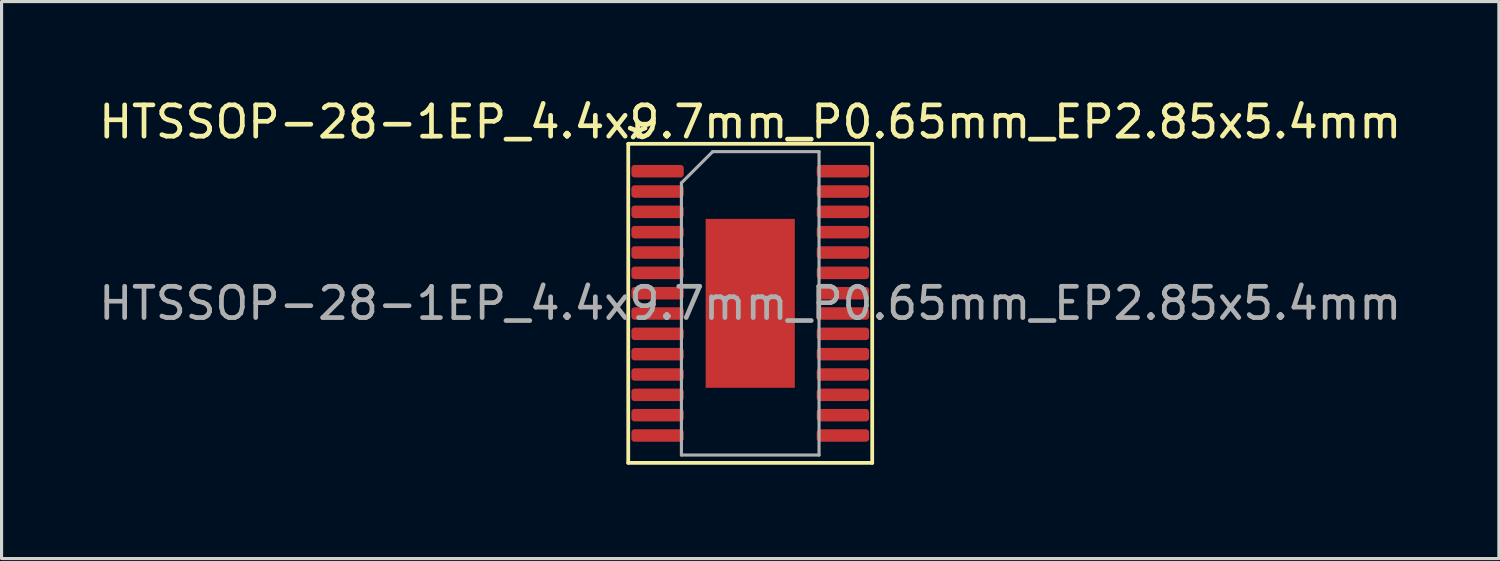
<source format=kicad_pcb>
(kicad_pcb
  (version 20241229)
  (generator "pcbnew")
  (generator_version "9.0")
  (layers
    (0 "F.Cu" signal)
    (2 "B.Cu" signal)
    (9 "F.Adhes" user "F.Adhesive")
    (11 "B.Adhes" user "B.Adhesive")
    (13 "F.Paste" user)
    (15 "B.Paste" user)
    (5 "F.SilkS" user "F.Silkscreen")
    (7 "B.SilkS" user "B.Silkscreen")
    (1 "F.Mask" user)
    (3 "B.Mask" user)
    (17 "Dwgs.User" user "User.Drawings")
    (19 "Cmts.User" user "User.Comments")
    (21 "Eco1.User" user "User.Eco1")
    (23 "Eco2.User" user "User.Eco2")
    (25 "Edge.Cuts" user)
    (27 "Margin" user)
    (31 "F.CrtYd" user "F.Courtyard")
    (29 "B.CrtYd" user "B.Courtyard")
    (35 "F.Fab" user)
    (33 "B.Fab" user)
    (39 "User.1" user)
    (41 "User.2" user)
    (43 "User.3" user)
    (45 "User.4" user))
  (footprint "HTSSOP-28-1EP_4.4x9.7mm_P0.65mm_EP2.85x5.4mm"
    (layer "F.Cu")
    (at 20.935 6.648)
    (property "Reference" "HTSSOP-28-1EP_4.4x9.7mm_P0.65mm_EP2.85x5.4mm" (at 0 -5.8 0) (layer "F.SilkS") (effects (font (size 1 1) (thickness 0.15))))
    (attr smd)
    (fp_line (start -3.9 -5.1) (end -3.9 5.1) (stroke (width 0.12) (type solid)) (layer "F.SilkS"))
    (fp_line (start -3.9 5.1) (end 3.9 5.1) (stroke (width 0.12) (type solid)) (layer "F.SilkS"))
    (fp_line (start 3.9 -5.1) (end -3.9 -5.1) (stroke (width 0.12) (type solid)) (layer "F.SilkS"))
    (fp_line (start 3.9 5.1) (end 3.9 -5.1) (stroke (width 0.12) (type solid)) (layer "F.SilkS"))
    (fp_line (start -2.2 -3.85) (end -1.2 -4.85) (stroke (width 0.1) (type solid)) (layer "F.Fab"))
    (fp_line (start -2.2 4.85) (end -2.2 -3.85) (stroke (width 0.1) (type solid)) (layer "F.Fab"))
    (fp_line (start -1.2 -4.85) (end 2.2 -4.85) (stroke (width 0.1) (type solid)) (layer "F.Fab"))
    (fp_line (start 2.2 -4.85) (end 2.2 4.85) (stroke (width 0.1) (type solid)) (layer "F.Fab"))
    (fp_line (start 2.2 4.85) (end -2.2 4.85) (stroke (width 0.1) (type solid)) (layer "F.Fab"))
    (fp_text user "*" (at -3.6 -5.2 0) (layer "F.SilkS") (effects (font (size 1 1) (thickness 0.15))))
    (fp_text user "${REFERENCE}" (at 0 0 0) (layer "F.Fab") (effects (font (size 1 1) (thickness 0.15))))
    (pad "" smd roundrect (at 0 0) (size 2.3 4.35) (layers "F.Paste") (roundrect_rratio 0.109))
    (pad "1" smd roundrect (at -2.962 -4.225) (size 1.675 0.4) (layers "F.Cu" "F.Mask" "F.Paste") (roundrect_rratio 0.25))
    (pad "2" smd roundrect (at -2.962 -3.575) (size 1.675 0.4) (layers "F.Cu" "F.Mask" "F.Paste") (roundrect_rratio 0.25))
    (pad "3" smd roundrect (at -2.962 -2.925) (size 1.675 0.4) (layers "F.Cu" "F.Mask" "F.Paste") (roundrect_rratio 0.25))
    (pad "4" smd roundrect (at -2.962 -2.275) (size 1.675 0.4) (layers "F.Cu" "F.Mask" "F.Paste") (roundrect_rratio 0.25))
    (pad "5" smd roundrect (at -2.962 -1.625) (size 1.675 0.4) (layers "F.Cu" "F.Mask" "F.Paste") (roundrect_rratio 0.25))
    (pad "6" smd roundrect (at -2.962 -0.975) (size 1.675 0.4) (layers "F.Cu" "F.Mask" "F.Paste") (roundrect_rratio 0.25))
    (pad "7" smd roundrect (at -2.962 -0.325) (size 1.675 0.4) (layers "F.Cu" "F.Mask" "F.Paste") (roundrect_rratio 0.25))
    (pad "8" smd roundrect (at -2.962 0.325) (size 1.675 0.4) (layers "F.Cu" "F.Mask" "F.Paste") (roundrect_rratio 0.25))
    (pad "9" smd roundrect (at -2.962 0.975) (size 1.675 0.4) (layers "F.Cu" "F.Mask" "F.Paste") (roundrect_rratio 0.25))
    (pad "10" smd roundrect (at -2.962 1.625) (size 1.675 0.4) (layers "F.Cu" "F.Mask" "F.Paste") (roundrect_rratio 0.25))
    (pad "11" smd roundrect (at -2.962 2.275) (size 1.675 0.4) (layers "F.Cu" "F.Mask" "F.Paste") (roundrect_rratio 0.25))
    (pad "12" smd roundrect (at -2.962 2.925) (size 1.675 0.4) (layers "F.Cu" "F.Mask" "F.Paste") (roundrect_rratio 0.25))
    (pad "13" smd roundrect (at -2.962 3.575) (size 1.675 0.4) (layers "F.Cu" "F.Mask" "F.Paste") (roundrect_rratio 0.25))
    (pad "14" smd roundrect (at -2.962 4.225) (size 1.675 0.4) (layers "F.Cu" "F.Mask" "F.Paste") (roundrect_rratio 0.25))
    (pad "15" smd roundrect (at 2.962 4.225) (size 1.675 0.4) (layers "F.Cu" "F.Mask" "F.Paste") (roundrect_rratio 0.25))
    (pad "16" smd roundrect (at 2.962 3.575) (size 1.675 0.4) (layers "F.Cu" "F.Mask" "F.Paste") (roundrect_rratio 0.25))
    (pad "17" smd roundrect (at 2.962 2.925) (size 1.675 0.4) (layers "F.Cu" "F.Mask" "F.Paste") (roundrect_rratio 0.25))
    (pad "18" smd roundrect (at 2.962 2.275) (size 1.675 0.4) (layers "F.Cu" "F.Mask" "F.Paste") (roundrect_rratio 0.25))
    (pad "19" smd roundrect (at 2.962 1.625) (size 1.675 0.4) (layers "F.Cu" "F.Mask" "F.Paste") (roundrect_rratio 0.25))
    (pad "20" smd roundrect (at 2.962 0.975) (size 1.675 0.4) (layers "F.Cu" "F.Mask" "F.Paste") (roundrect_rratio 0.25))
    (pad "21" smd roundrect (at 2.962 0.325) (size 1.675 0.4) (layers "F.Cu" "F.Mask" "F.Paste") (roundrect_rratio 0.25))
    (pad "22" smd roundrect (at 2.962 -0.325) (size 1.675 0.4) (layers "F.Cu" "F.Mask" "F.Paste") (roundrect_rratio 0.25))
    (pad "23" smd roundrect (at 2.962 -0.975) (size 1.675 0.4) (layers "F.Cu" "F.Mask" "F.Paste") (roundrect_rratio 0.25))
    (pad "24" smd roundrect (at 2.962 -1.625) (size 1.675 0.4) (layers "F.Cu" "F.Mask" "F.Paste") (roundrect_rratio 0.25))
    (pad "25" smd roundrect (at 2.962 -2.275) (size 1.675 0.4) (layers "F.Cu" "F.Mask" "F.Paste") (roundrect_rratio 0.25))
    (pad "26" smd roundrect (at 2.962 -2.925) (size 1.675 0.4) (layers "F.Cu" "F.Mask" "F.Paste") (roundrect_rratio 0.25))
    (pad "27" smd roundrect (at 2.962 -3.575) (size 1.675 0.4) (layers "F.Cu" "F.Mask" "F.Paste") (roundrect_rratio 0.25))
    (pad "28" smd roundrect (at 2.962 -4.225) (size 1.675 0.4) (layers "F.Cu" "F.Mask" "F.Paste") (roundrect_rratio 0.25))
    (pad "29" smd rect (at 0 0) (size 2.85 5.4) (layers "F.Cu" "F.Mask")))
  (gr_rect
    (start -3 -3)
    (end 44.869 14.808)
    (stroke (width 0.1) (type default))
    (fill no)
    (layer "Edge.Cuts")))
</source>
